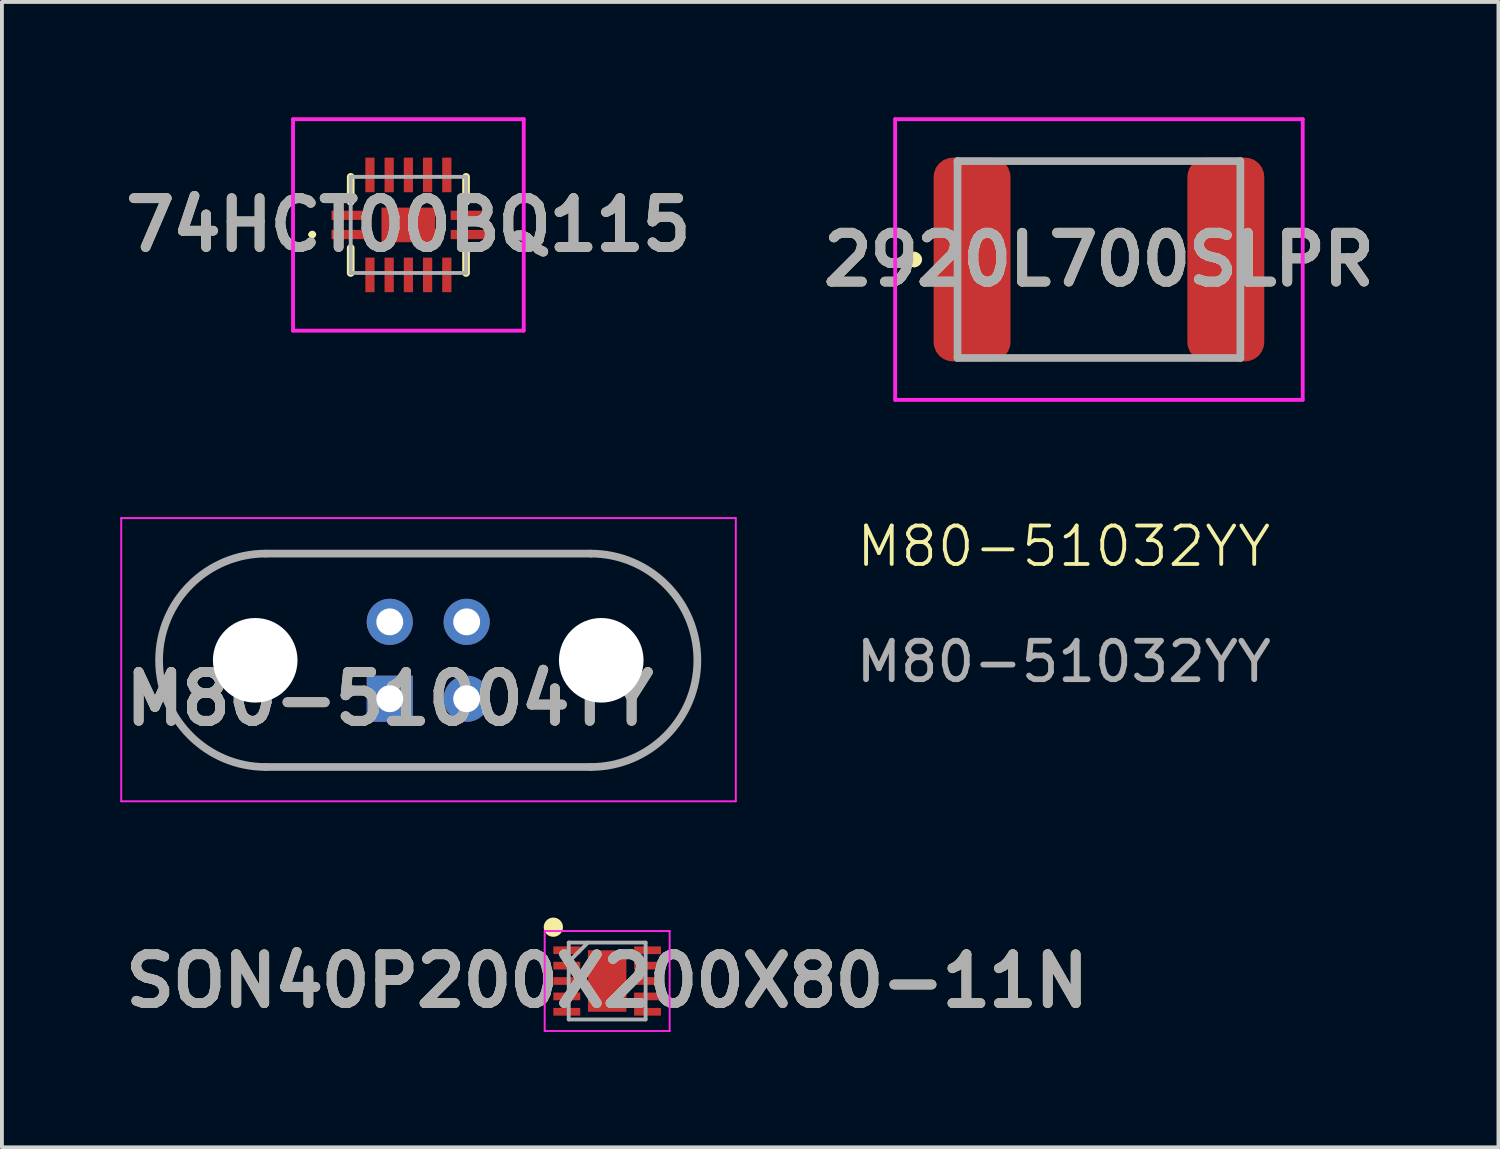
<source format=kicad_pcb>
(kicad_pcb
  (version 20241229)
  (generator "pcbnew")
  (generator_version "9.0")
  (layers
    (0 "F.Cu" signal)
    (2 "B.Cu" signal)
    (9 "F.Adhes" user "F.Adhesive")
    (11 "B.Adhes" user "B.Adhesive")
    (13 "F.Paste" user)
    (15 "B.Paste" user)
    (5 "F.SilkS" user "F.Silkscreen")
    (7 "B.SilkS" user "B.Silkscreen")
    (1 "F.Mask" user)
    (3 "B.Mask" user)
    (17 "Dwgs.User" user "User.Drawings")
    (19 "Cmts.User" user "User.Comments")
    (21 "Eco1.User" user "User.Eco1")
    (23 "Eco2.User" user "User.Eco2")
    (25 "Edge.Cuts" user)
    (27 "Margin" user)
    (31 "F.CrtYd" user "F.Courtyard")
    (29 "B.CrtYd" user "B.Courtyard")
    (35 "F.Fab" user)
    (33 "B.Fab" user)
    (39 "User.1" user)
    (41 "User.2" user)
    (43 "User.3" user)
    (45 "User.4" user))
  (footprint "SON40P200X200X80-11N"
    (layer "F.Cu")
    (at 12.742 22.466)
    (property "Reference" "SON40P200X200X80-11N" (at 0 0 0) (layer "F.SilkS") (effects (font (size 1.27 1.27) (thickness 0.254))))
    (attr smd)
    (fp_circle (center -1.4 -1.4) (end -1.4 -1.275) (stroke (width 0.25) (type solid)) (fill no) (layer "F.SilkS"))
    (fp_line (start -1.625 -1.3) (end 1.625 -1.3) (stroke (width 0.05) (type solid)) (layer "F.CrtYd"))
    (fp_line (start -1.625 1.3) (end -1.625 -1.3) (stroke (width 0.05) (type solid)) (layer "F.CrtYd"))
    (fp_line (start 1.625 -1.3) (end 1.625 1.3) (stroke (width 0.05) (type solid)) (layer "F.CrtYd"))
    (fp_line (start 1.625 1.3) (end -1.625 1.3) (stroke (width 0.05) (type solid)) (layer "F.CrtYd"))
    (fp_line (start -1 -1) (end 1 -1) (stroke (width 0.1) (type solid)) (layer "F.Fab"))
    (fp_line (start -1 -0.5) (end -0.5 -1) (stroke (width 0.1) (type solid)) (layer "F.Fab"))
    (fp_line (start -1 1) (end -1 -1) (stroke (width 0.1) (type solid)) (layer "F.Fab"))
    (fp_line (start 1 -1) (end 1 1) (stroke (width 0.1) (type solid)) (layer "F.Fab"))
    (fp_line (start 1 1) (end -1 1) (stroke (width 0.1) (type solid)) (layer "F.Fab"))
    (fp_text user "${REFERENCE}" (at 0 0 0) (layer "F.Fab") (effects (font (size 1.27 1.27) (thickness 0.254))))
    (pad "1" smd rect (at -1.05 -0.8 90) (size 0.2 0.7) (layers "F.Cu" "F.Mask" "F.Paste"))
    (pad "2" smd rect (at -1.05 -0.4 90) (size 0.2 0.7) (layers "F.Cu" "F.Mask" "F.Paste"))
    (pad "3" smd rect (at -1.05 0 90) (size 0.2 0.7) (layers "F.Cu" "F.Mask" "F.Paste"))
    (pad "4" smd rect (at -1.05 0.4 90) (size 0.2 0.7) (layers "F.Cu" "F.Mask" "F.Paste"))
    (pad "5" smd rect (at -1.05 0.8 90) (size 0.2 0.7) (layers "F.Cu" "F.Mask" "F.Paste"))
    (pad "6" smd rect (at 1.05 0.8 90) (size 0.2 0.7) (layers "F.Cu" "F.Mask" "F.Paste"))
    (pad "7" smd rect (at 1.05 0.4 90) (size 0.2 0.7) (layers "F.Cu" "F.Mask" "F.Paste"))
    (pad "8" smd rect (at 1.05 0 90) (size 0.2 0.7) (layers "F.Cu" "F.Mask" "F.Paste"))
    (pad "9" smd rect (at 1.05 -0.4 90) (size 0.2 0.7) (layers "F.Cu" "F.Mask" "F.Paste"))
    (pad "10" smd rect (at 1.05 -0.8 90) (size 0.2 0.7) (layers "F.Cu" "F.Mask" "F.Paste"))
    (pad "11" smd rect (at 0 0) (size 1 1.6) (layers "F.Cu" "F.Mask" "F.Paste")))
  (footprint "M80-51004YY"
    (layer "F.Cu")
    (at 8.088 14.124)
    (property "Reference" "M80-51004YY" (at -1 1 0) (layer "F.SilkS") (effects (font (size 1.27 1.27) (thickness 0.254))))
    (attr through_hole)
    (fp_line (start -4.225 -2.775) (end 4.225 -2.775) (stroke (width 0.1) (type solid)) (layer "F.SilkS"))
    (fp_line (start 4.225 2.775) (end -4.225 2.775) (stroke (width 0.1) (type solid)) (layer "F.SilkS"))
    (fp_arc (start -4.225 2.775) (mid -7 0) (end -4.225 -2.775) (stroke (width 0.1) (type solid)) (layer "F.SilkS"))
    (fp_arc (start 4.225 -2.775) (mid 7 0) (end 4.225 2.775) (stroke (width 0.1) (type solid)) (layer "F.SilkS"))
    (fp_line (start -7.985 -3.699) (end 8 -3.699) (stroke (width 0.05) (type solid)) (layer "F.CrtYd"))
    (fp_line (start -7.985 3.667) (end -7.985 -3.699) (stroke (width 0.05) (type solid)) (layer "F.CrtYd"))
    (fp_line (start 8 -3.699) (end 8 3.667) (stroke (width 0.05) (type solid)) (layer "F.CrtYd"))
    (fp_line (start 8 3.667) (end -7.985 3.667) (stroke (width 0.05) (type solid)) (layer "F.CrtYd"))
    (fp_line (start -4.225 -2.775) (end 4.225 -2.775) (stroke (width 0.2) (type solid)) (layer "F.Fab"))
    (fp_line (start 4.225 2.775) (end -4.225 2.775) (stroke (width 0.2) (type solid)) (layer "F.Fab"))
    (fp_arc (start -4.225 2.775) (mid -7 0) (end -4.225 -2.775) (stroke (width 0.2) (type solid)) (layer "F.Fab"))
    (fp_arc (start 4.225 -2.775) (mid 7 0) (end 4.225 2.775) (stroke (width 0.2) (type solid)) (layer "F.Fab"))
    (fp_text user "${REFERENCE}" (at -1 1 0) (layer "F.Fab") (effects (font (size 1.27 1.27) (thickness 0.254))))
    (pad "" np_thru_hole circle (at -4.5 0) (size 2.2 2.2) (drill 2.2) (layers "*.Cu" "*.Mask"))
    (pad "" np_thru_hole circle (at 4.5 0) (size 2.2 2.2) (drill 2.2) (layers "*.Cu" "*.Mask"))
    (pad "1" thru_hole rect (at -1 1) (size 1.2 1.2) (drill 0.7) (layers "*.Cu" "*.Mask"))
    (pad "2" thru_hole circle (at 1 1) (size 1.2 1.2) (drill 0.7) (layers "*.Cu" "*.Mask"))
    (pad "3" thru_hole circle (at -1 -1) (size 1.2 1.2) (drill 0.7) (layers "*.Cu" "*.Mask"))
    (pad "4" thru_hole circle (at 1 -1) (size 1.2 1.2) (drill 0.7) (layers "*.Cu" "*.Mask")))
  (footprint "2920L700SLPR"
    (layer "F.Cu")
    (at 25.533 3.7)
    (property "Reference" "2920L700SLPR" (at 0 0 0) (layer "F.SilkS") (effects (font (size 1.27 1.27) (thickness 0.254))))
    (attr smd)
    (fp_line (start -4.8 -0.1) (end -4.8 -0.1) (stroke (width 0.2) (type solid)) (layer "F.SilkS"))
    (fp_line (start -4.8 0.1) (end -4.8 0.1) (stroke (width 0.2) (type solid)) (layer "F.SilkS"))
    (fp_line (start -2 -2.56) (end 2 -2.56) (stroke (width 0.1) (type solid)) (layer "F.SilkS"))
    (fp_line (start -2 2.56) (end 2 2.56) (stroke (width 0.1) (type solid)) (layer "F.SilkS"))
    (fp_arc (start -4.8 -0.1) (mid -4.7 0) (end -4.8 0.1) (stroke (width 0.2) (type solid)) (layer "F.SilkS"))
    (fp_arc (start -4.8 0.1) (mid -4.9 0) (end -4.8 -0.1) (stroke (width 0.2) (type solid)) (layer "F.SilkS"))
    (fp_line (start -5.3 -3.65) (end 5.3 -3.65) (stroke (width 0.1) (type solid)) (layer "F.CrtYd"))
    (fp_line (start -5.3 3.65) (end -5.3 -3.65) (stroke (width 0.1) (type solid)) (layer "F.CrtYd"))
    (fp_line (start 5.3 -3.65) (end 5.3 3.65) (stroke (width 0.1) (type solid)) (layer "F.CrtYd"))
    (fp_line (start 5.3 3.65) (end -5.3 3.65) (stroke (width 0.1) (type solid)) (layer "F.CrtYd"))
    (fp_line (start -3.678 -2.56) (end 3.678 -2.56) (stroke (width 0.2) (type solid)) (layer "F.Fab"))
    (fp_line (start -3.678 2.56) (end -3.678 -2.56) (stroke (width 0.2) (type solid)) (layer "F.Fab"))
    (fp_line (start 3.678 -2.56) (end 3.678 2.56) (stroke (width 0.2) (type solid)) (layer "F.Fab"))
    (fp_line (start 3.678 2.56) (end -3.678 2.56) (stroke (width 0.2) (type solid)) (layer "F.Fab"))
    (fp_text user "${REFERENCE}" (at 0 0 0) (layer "F.Fab") (effects (font (size 1.27 1.27) (thickness 0.254))))
    (pad "1" smd roundrect (at -3.3 0) (size 2 5.3) (layers "F.Cu" "F.Mask" "F.Paste") (roundrect_rratio 0.25))
    (pad "2" smd roundrect (at 3.3 0) (size 2 5.3) (layers "F.Cu" "F.Mask" "F.Paste") (roundrect_rratio 0.25)))
  (footprint "M80-51032YY"
    (layer "F.Cu")
    (at 24.619 11.661)
    (property "Reference" "M80-51032YY" (at 0 -0.5 0) (unlocked yes) (layer "F.SilkS") (effects (font (size 1 1) (thickness 0.1))))
    (attr smd)
    (fp_text user "${REFERENCE}" (at 0 2.5 0) (unlocked yes) (layer "F.Fab") (effects (font (size 1 1) (thickness 0.15)))))
  (footprint "74HCT00BQ115"
    (layer "F.Cu")
    (at 7.572 2.8)
    (property "Reference" "74HCT00BQ115" (at 0 0 0) (layer "F.SilkS") (effects (font (size 1.27 1.27) (thickness 0.254))))
    (attr smd)
    (fp_line (start -2.55 0.25) (end -2.55 0.25) (stroke (width 0.1) (type solid)) (layer "F.SilkS"))
    (fp_line (start -2.45 0.25) (end -2.45 0.25) (stroke (width 0.1) (type solid)) (layer "F.SilkS"))
    (fp_line (start -1.5 -0.6) (end -1.5 -1.25) (stroke (width 0.2) (type solid)) (layer "F.SilkS"))
    (fp_line (start -1.5 0.6) (end -1.5 1.25) (stroke (width 0.2) (type solid)) (layer "F.SilkS"))
    (fp_line (start 1.5 -0.6) (end 1.5 -1.25) (stroke (width 0.2) (type solid)) (layer "F.SilkS"))
    (fp_line (start 1.5 1.25) (end 1.5 0.6) (stroke (width 0.2) (type solid)) (layer "F.SilkS"))
    (fp_arc (start -2.55 0.25) (mid -2.5 0.2) (end -2.45 0.25) (stroke (width 0.1) (type solid)) (layer "F.SilkS"))
    (fp_arc (start -2.45 0.25) (mid -2.5 0.3) (end -2.55 0.25) (stroke (width 0.1) (type solid)) (layer "F.SilkS"))
    (fp_line (start -3 -2.75) (end 3 -2.75) (stroke (width 0.1) (type solid)) (layer "F.CrtYd"))
    (fp_line (start -3 2.75) (end -3 -2.75) (stroke (width 0.1) (type solid)) (layer "F.CrtYd"))
    (fp_line (start 3 -2.75) (end 3 2.75) (stroke (width 0.1) (type solid)) (layer "F.CrtYd"))
    (fp_line (start 3 2.75) (end -3 2.75) (stroke (width 0.1) (type solid)) (layer "F.CrtYd"))
    (fp_line (start -1.5 -1.25) (end 1.5 -1.25) (stroke (width 0.1) (type solid)) (layer "F.Fab"))
    (fp_line (start -1.5 1.25) (end -1.5 -1.25) (stroke (width 0.1) (type solid)) (layer "F.Fab"))
    (fp_line (start 1.5 -1.25) (end 1.5 1.25) (stroke (width 0.1) (type solid)) (layer "F.Fab"))
    (fp_line (start 1.5 1.25) (end -1.5 1.25) (stroke (width 0.1) (type solid)) (layer "F.Fab"))
    (fp_text user "${REFERENCE}" (at 0 0 0) (layer "F.Fab") (effects (font (size 1.27 1.27) (thickness 0.254))))
    (pad "1" smd rect (at -1.55 0.25 90) (size 0.24 0.9) (layers "F.Cu" "F.Mask" "F.Paste"))
    (pad "2" smd rect (at -1 1.3) (size 0.24 0.9) (layers "F.Cu" "F.Mask" "F.Paste"))
    (pad "3" smd rect (at -0.5 1.3) (size 0.24 0.9) (layers "F.Cu" "F.Mask" "F.Paste"))
    (pad "4" smd rect (at 0 1.3) (size 0.24 0.9) (layers "F.Cu" "F.Mask" "F.Paste"))
    (pad "5" smd rect (at 0.5 1.3) (size 0.24 0.9) (layers "F.Cu" "F.Mask" "F.Paste"))
    (pad "6" smd rect (at 1 1.3) (size 0.24 0.9) (layers "F.Cu" "F.Mask" "F.Paste"))
    (pad "7" smd rect (at 1.55 0.25 90) (size 0.24 0.9) (layers "F.Cu" "F.Mask" "F.Paste"))
    (pad "8" smd rect (at 1.55 -0.25 90) (size 0.24 0.9) (layers "F.Cu" "F.Mask" "F.Paste"))
    (pad "9" smd rect (at 1 -1.3) (size 0.24 0.9) (layers "F.Cu" "F.Mask" "F.Paste"))
    (pad "10" smd rect (at 0.5 -1.3) (size 0.24 0.9) (layers "F.Cu" "F.Mask" "F.Paste"))
    (pad "11" smd rect (at 0 -1.3) (size 0.24 0.9) (layers "F.Cu" "F.Mask" "F.Paste"))
    (pad "12" smd rect (at -0.5 -1.3) (size 0.24 0.9) (layers "F.Cu" "F.Mask" "F.Paste"))
    (pad "13" smd rect (at -1 -1.3) (size 0.24 0.9) (layers "F.Cu" "F.Mask" "F.Paste"))
    (pad "14" smd rect (at -1.55 -0.25 90) (size 0.24 0.9) (layers "F.Cu" "F.Mask" "F.Paste"))
    (pad "15" smd rect (at 0 0 90) (size 0.9 1.4) (layers "F.Cu" "F.Mask" "F.Paste")))
  (gr_rect
    (start -3 -3)
    (end 35.924 26.791)
    (stroke (width 0.1) (type default))
    (fill no)
    (layer "Edge.Cuts")))
</source>
